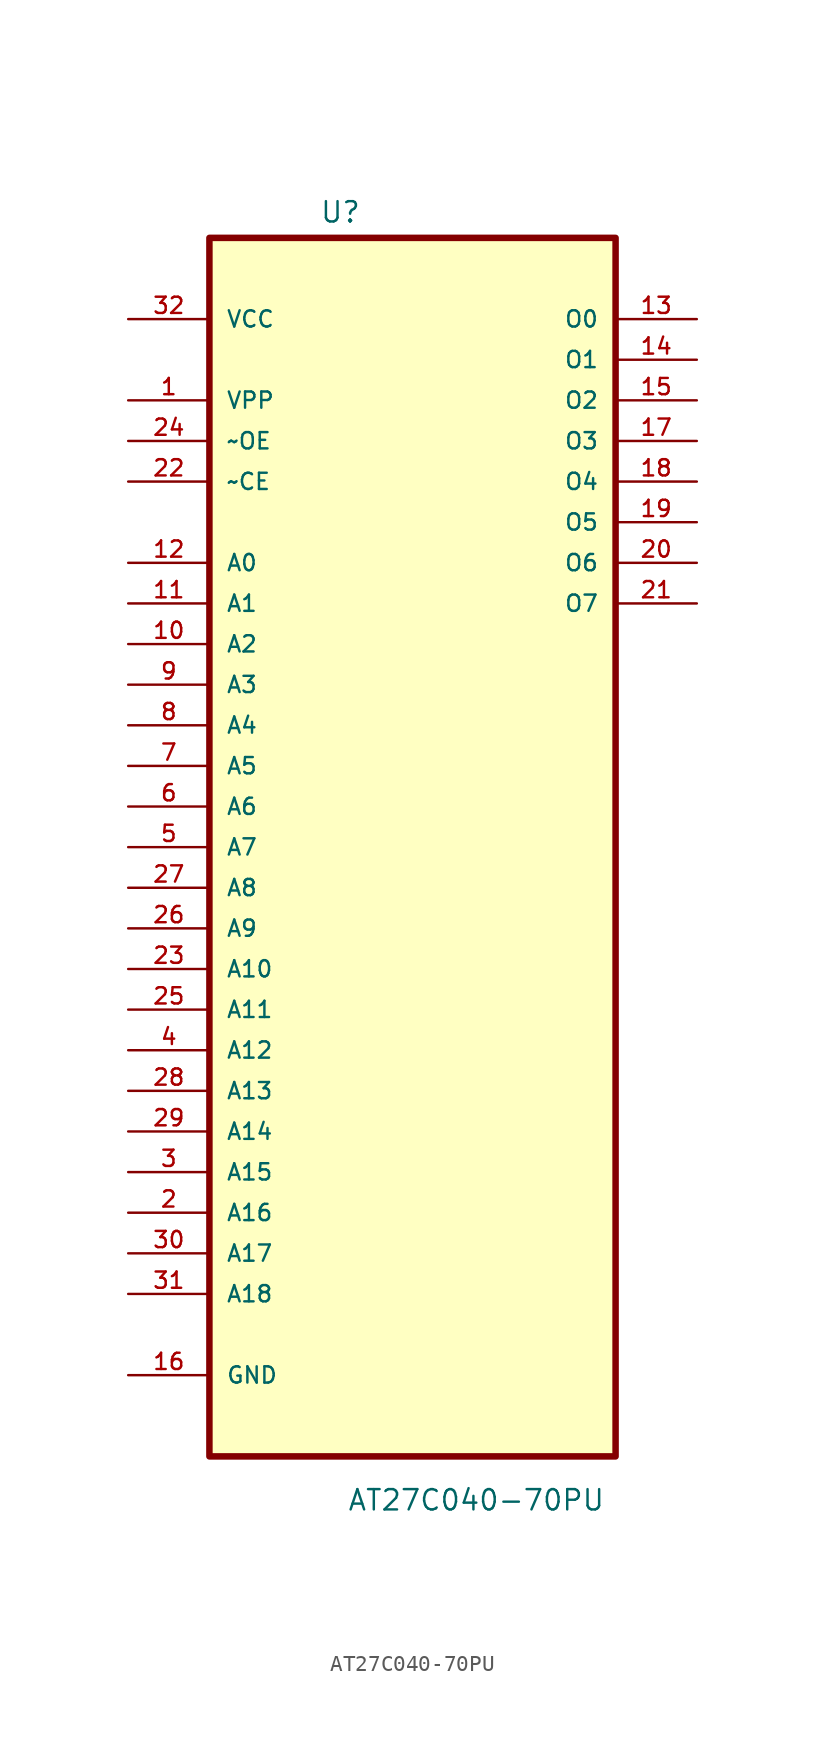
<source format=kicad_sym>
(kicad_symbol_lib
  (version 20211014)
  (generator kicad_symbol_editor)
  (symbol "AT27C040-70PU"
    (pin_names
      (offset 1.016))
    (property "Reference" "U"
      (at -5.817 36.424 0.0)
      (effects (font (size 1.27 1.27)) (justify bottom left)))
    (property "Value" "AT27C040-70PU"
      (at -4.092 -44.118 0.0)
      (effects (font (size 1.27 1.27)) (justify bottom left)))
    (symbol "AT27C040-70PU_0_0"
      (rectangle (start -12.7 -40.64) (end 12.7 35.56) (stroke (width 0.406)) (fill (type background)))
      (pin power_in line (at -17.78 30.48 0) (length 5.08) (name "VCC" (effects (font (size 1.016 1.016)))) (number "32" (effects (font (size 1.016 1.016)))))
      (pin power_in line (at -17.78 25.4 0) (length 5.08) (name "VPP" (effects (font (size 1.016 1.016)))) (number "1" (effects (font (size 1.016 1.016)))))
      (pin input line (at -17.78 22.86 0) (length 5.08) (name "~OE" (effects (font (size 1.016 1.016)))) (number "24" (effects (font (size 1.016 1.016)))))
      (pin input line (at -17.78 20.32 0) (length 5.08) (name "~CE" (effects (font (size 1.016 1.016)))) (number "22" (effects (font (size 1.016 1.016)))))
      (pin input line (at -17.78 15.24 0) (length 5.08) (name "A0" (effects (font (size 1.016 1.016)))) (number "12" (effects (font (size 1.016 1.016)))))
      (pin input line (at -17.78 12.7 0) (length 5.08) (name "A1" (effects (font (size 1.016 1.016)))) (number "11" (effects (font (size 1.016 1.016)))))
      (pin input line (at -17.78 10.16 0) (length 5.08) (name "A2" (effects (font (size 1.016 1.016)))) (number "10" (effects (font (size 1.016 1.016)))))
      (pin input line (at -17.78 7.62 0) (length 5.08) (name "A3" (effects (font (size 1.016 1.016)))) (number "9" (effects (font (size 1.016 1.016)))))
      (pin input line (at -17.78 5.08 0) (length 5.08) (name "A4" (effects (font (size 1.016 1.016)))) (number "8" (effects (font (size 1.016 1.016)))))
      (pin input line (at -17.78 2.54 0) (length 5.08) (name "A5" (effects (font (size 1.016 1.016)))) (number "7" (effects (font (size 1.016 1.016)))))
      (pin input line (at -17.78 0.0 0) (length 5.08) (name "A6" (effects (font (size 1.016 1.016)))) (number "6" (effects (font (size 1.016 1.016)))))
      (pin input line (at -17.78 -2.54 0) (length 5.08) (name "A7" (effects (font (size 1.016 1.016)))) (number "5" (effects (font (size 1.016 1.016)))))
      (pin input line (at -17.78 -5.08 0) (length 5.08) (name "A8" (effects (font (size 1.016 1.016)))) (number "27" (effects (font (size 1.016 1.016)))))
      (pin input line (at -17.78 -7.62 0) (length 5.08) (name "A9" (effects (font (size 1.016 1.016)))) (number "26" (effects (font (size 1.016 1.016)))))
      (pin input line (at -17.78 -10.16 0) (length 5.08) (name "A10" (effects (font (size 1.016 1.016)))) (number "23" (effects (font (size 1.016 1.016)))))
      (pin input line (at -17.78 -12.7 0) (length 5.08) (name "A11" (effects (font (size 1.016 1.016)))) (number "25" (effects (font (size 1.016 1.016)))))
      (pin input line (at -17.78 -15.24 0) (length 5.08) (name "A12" (effects (font (size 1.016 1.016)))) (number "4" (effects (font (size 1.016 1.016)))))
      (pin input line (at -17.78 -17.78 0) (length 5.08) (name "A13" (effects (font (size 1.016 1.016)))) (number "28" (effects (font (size 1.016 1.016)))))
      (pin input line (at -17.78 -20.32 0) (length 5.08) (name "A14" (effects (font (size 1.016 1.016)))) (number "29" (effects (font (size 1.016 1.016)))))
      (pin input line (at -17.78 -22.86 0) (length 5.08) (name "A15" (effects (font (size 1.016 1.016)))) (number "3" (effects (font (size 1.016 1.016)))))
      (pin input line (at -17.78 -25.4 0) (length 5.08) (name "A16" (effects (font (size 1.016 1.016)))) (number "2" (effects (font (size 1.016 1.016)))))
      (pin input line (at -17.78 -27.94 0) (length 5.08) (name "A17" (effects (font (size 1.016 1.016)))) (number "30" (effects (font (size 1.016 1.016)))))
      (pin input line (at -17.78 -30.48 0) (length 5.08) (name "A18" (effects (font (size 1.016 1.016)))) (number "31" (effects (font (size 1.016 1.016)))))
      (pin passive line (at -17.78 -35.56 0) (length 5.08) (name "GND" (effects (font (size 1.016 1.016)))) (number "16" (effects (font (size 1.016 1.016)))))
      (pin output line (at 17.78 30.48 180.0) (length 5.08) (name "O0" (effects (font (size 1.016 1.016)))) (number "13" (effects (font (size 1.016 1.016)))))
      (pin output line (at 17.78 27.94 180.0) (length 5.08) (name "O1" (effects (font (size 1.016 1.016)))) (number "14" (effects (font (size 1.016 1.016)))))
      (pin output line (at 17.78 25.4 180.0) (length 5.08) (name "O2" (effects (font (size 1.016 1.016)))) (number "15" (effects (font (size 1.016 1.016)))))
      (pin output line (at 17.78 22.86 180.0) (length 5.08) (name "O3" (effects (font (size 1.016 1.016)))) (number "17" (effects (font (size 1.016 1.016)))))
      (pin output line (at 17.78 20.32 180.0) (length 5.08) (name "O4" (effects (font (size 1.016 1.016)))) (number "18" (effects (font (size 1.016 1.016)))))
      (pin output line (at 17.78 17.78 180.0) (length 5.08) (name "O5" (effects (font (size 1.016 1.016)))) (number "19" (effects (font (size 1.016 1.016)))))
      (pin output line (at 17.78 15.24 180.0) (length 5.08) (name "O6" (effects (font (size 1.016 1.016)))) (number "20" (effects (font (size 1.016 1.016)))))
      (pin output line (at 17.78 12.7 180.0) (length 5.08) (name "O7" (effects (font (size 1.016 1.016)))) (number "21" (effects (font (size 1.016 1.016))))))))
</source>
